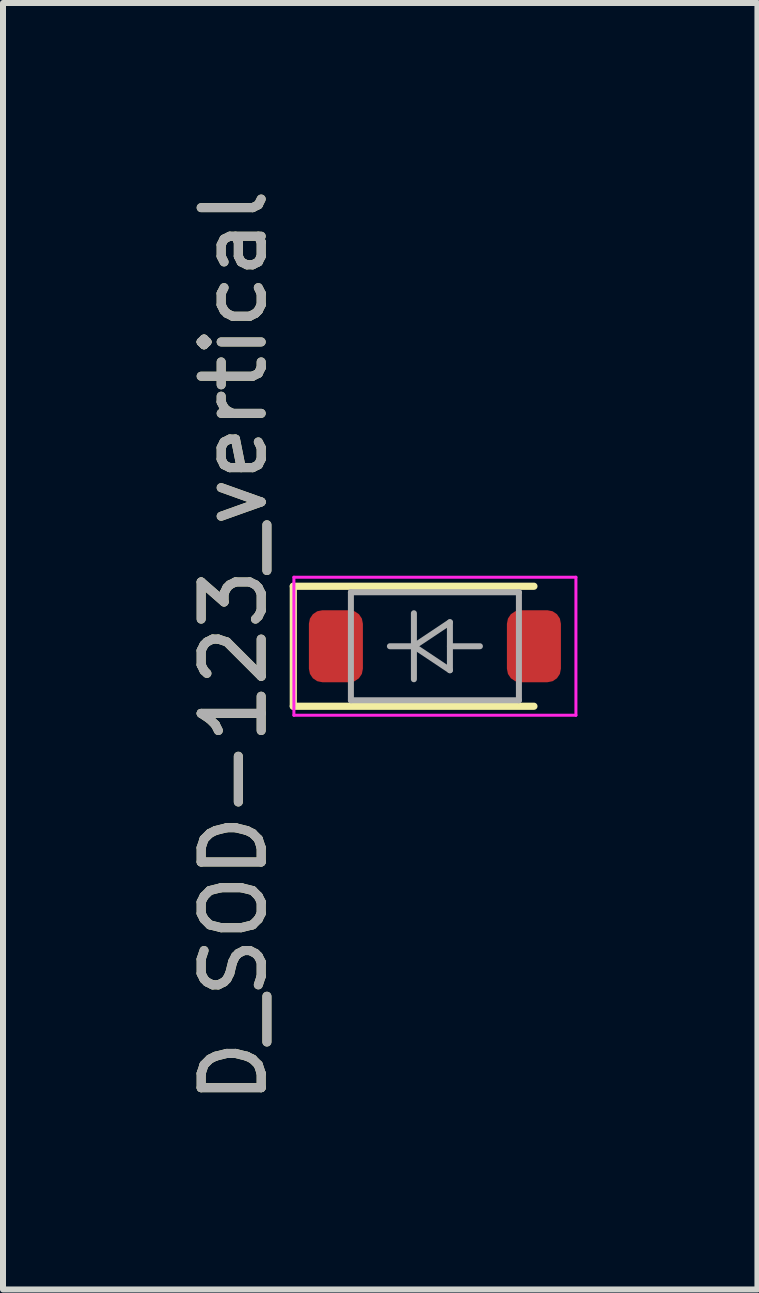
<source format=kicad_pcb>
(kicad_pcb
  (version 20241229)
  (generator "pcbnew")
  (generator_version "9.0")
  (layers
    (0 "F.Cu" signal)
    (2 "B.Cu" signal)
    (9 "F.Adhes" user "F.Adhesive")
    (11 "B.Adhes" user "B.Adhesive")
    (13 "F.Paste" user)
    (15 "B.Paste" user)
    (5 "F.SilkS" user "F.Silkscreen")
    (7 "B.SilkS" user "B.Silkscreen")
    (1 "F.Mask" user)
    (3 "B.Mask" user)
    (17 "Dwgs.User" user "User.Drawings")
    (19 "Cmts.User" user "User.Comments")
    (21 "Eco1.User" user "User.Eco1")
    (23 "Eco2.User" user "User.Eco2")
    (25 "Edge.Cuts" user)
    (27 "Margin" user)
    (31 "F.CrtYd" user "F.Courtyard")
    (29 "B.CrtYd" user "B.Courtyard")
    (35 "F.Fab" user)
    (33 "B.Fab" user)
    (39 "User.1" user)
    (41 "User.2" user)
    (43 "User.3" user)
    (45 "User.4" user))
  (footprint "D_SOD-123_vertical"
    (layer "F.Cu")
    (at 4.148 7.72)
    (property "Reference" "D_SOD-123_vertical" (at -3.3 0 270) (layer "F.SilkS") (effects (font (size 1 1) (thickness 0.15))))
    (attr smd)
    (fp_line (start -2.31 -1) (end -2.31 1) (stroke (width 0.12) (type solid)) (layer "F.SilkS"))
    (fp_line (start -2.31 -1) (end 1.7 -1) (stroke (width 0.12) (type solid)) (layer "F.SilkS"))
    (fp_line (start -2.31 1) (end 1.7 1) (stroke (width 0.12) (type solid)) (layer "F.SilkS"))
    (fp_line (start -2.3 -1.15) (end -2.3 1.15) (stroke (width 0.05) (type solid)) (layer "F.CrtYd"))
    (fp_line (start -2.3 -1.15) (end 2.4 -1.15) (stroke (width 0.05) (type solid)) (layer "F.CrtYd"))
    (fp_line (start 2.4 -1.15) (end 2.4 1.15) (stroke (width 0.05) (type solid)) (layer "F.CrtYd"))
    (fp_line (start 2.4 1.15) (end -2.3 1.15) (stroke (width 0.05) (type solid)) (layer "F.CrtYd"))
    (fp_line (start -1.35 -0.9) (end 1.45 -0.9) (stroke (width 0.1) (type solid)) (layer "F.Fab"))
    (fp_line (start -1.35 0.9) (end -1.35 -0.9) (stroke (width 0.1) (type solid)) (layer "F.Fab"))
    (fp_line (start -0.7 0) (end -0.3 0) (stroke (width 0.1) (type solid)) (layer "F.Fab"))
    (fp_line (start -0.3 0) (end -0.3 -0.55) (stroke (width 0.1) (type solid)) (layer "F.Fab"))
    (fp_line (start -0.3 0) (end -0.3 0.55) (stroke (width 0.1) (type solid)) (layer "F.Fab"))
    (fp_line (start -0.3 0) (end 0.3 -0.4) (stroke (width 0.1) (type solid)) (layer "F.Fab"))
    (fp_line (start 0.3 -0.4) (end 0.3 0.4) (stroke (width 0.1) (type solid)) (layer "F.Fab"))
    (fp_line (start 0.3 0) (end 0.8 0) (stroke (width 0.1) (type solid)) (layer "F.Fab"))
    (fp_line (start 0.3 0.4) (end -0.3 0) (stroke (width 0.1) (type solid)) (layer "F.Fab"))
    (fp_line (start 1.45 -0.9) (end 1.45 0.9) (stroke (width 0.1) (type solid)) (layer "F.Fab"))
    (fp_line (start 1.45 0.9) (end -1.35 0.9) (stroke (width 0.1) (type solid)) (layer "F.Fab"))
    (fp_text user "${REFERENCE}" (at -3.3 0 90) (layer "F.Fab") (effects (font (size 1 1) (thickness 0.15))))
    (pad "1" smd roundrect (at -1.6 0) (size 0.9 1.2) (layers "F.Cu" "F.Mask" "F.Paste") (roundrect_rratio 0.25))
    (pad "2" smd roundrect (at 1.7 0) (size 0.9 1.2) (layers "F.Cu" "F.Mask" "F.Paste") (roundrect_rratio 0.25)))
  (gr_rect
    (start -3 -3)
    (end 9.573 18.44)
    (stroke (width 0.1) (type default))
    (fill no)
    (layer "Edge.Cuts")))
</source>
